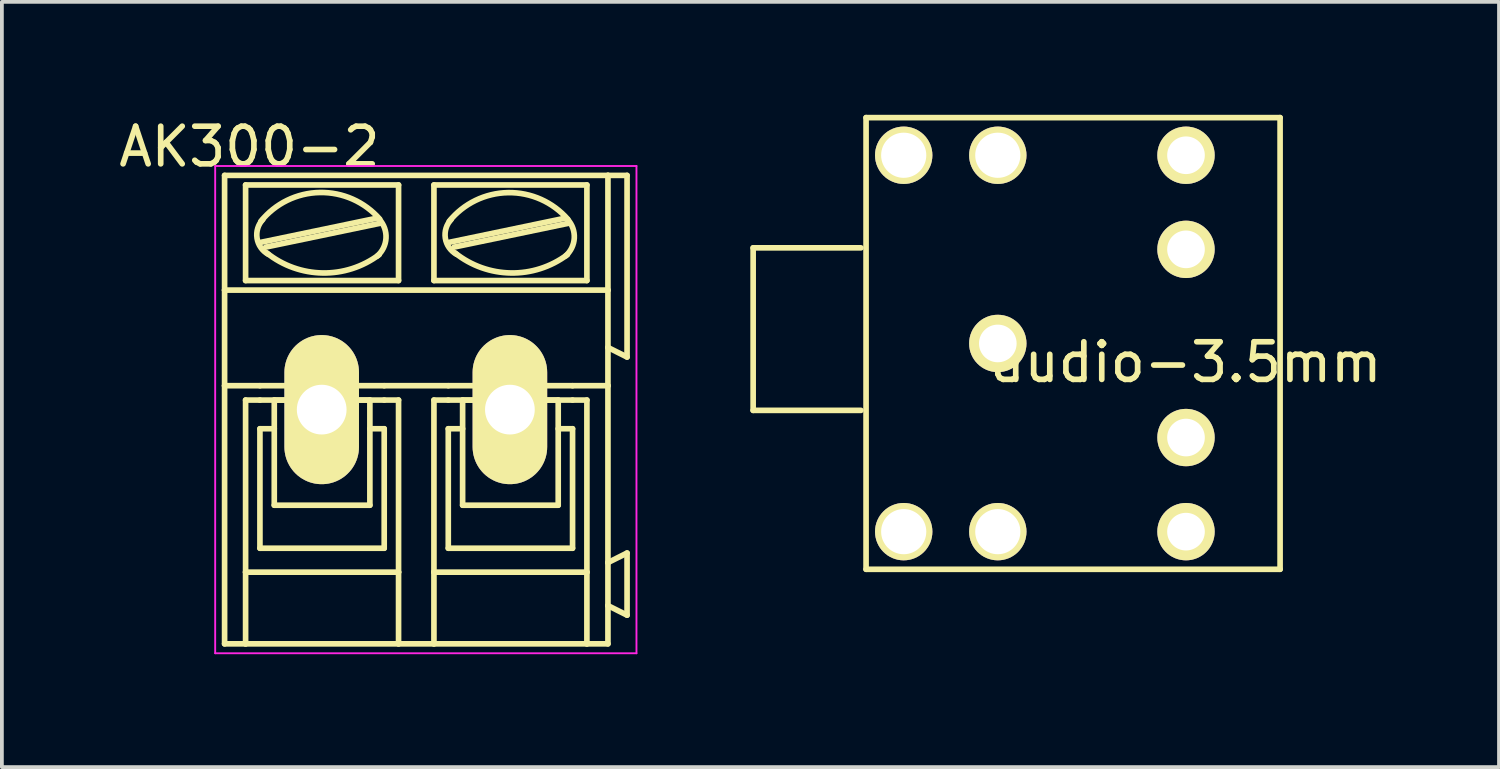
<source format=kicad_pcb>
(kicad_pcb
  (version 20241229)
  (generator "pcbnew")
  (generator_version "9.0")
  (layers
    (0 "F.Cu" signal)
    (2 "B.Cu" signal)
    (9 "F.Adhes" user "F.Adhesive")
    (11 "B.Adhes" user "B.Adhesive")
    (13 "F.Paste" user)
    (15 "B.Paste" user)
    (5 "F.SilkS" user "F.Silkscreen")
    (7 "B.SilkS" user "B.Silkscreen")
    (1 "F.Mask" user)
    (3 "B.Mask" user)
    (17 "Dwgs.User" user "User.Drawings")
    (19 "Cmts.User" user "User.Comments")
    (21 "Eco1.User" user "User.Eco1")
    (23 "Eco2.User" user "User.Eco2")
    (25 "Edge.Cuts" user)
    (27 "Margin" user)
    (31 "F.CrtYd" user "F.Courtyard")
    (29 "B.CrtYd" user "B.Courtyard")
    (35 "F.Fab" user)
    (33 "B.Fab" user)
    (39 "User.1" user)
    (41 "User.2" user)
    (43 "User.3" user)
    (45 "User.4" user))
  (footprint "AK300-2"
    (layer "F.Cu")
    (at 5.497 7.833)
    (property "Reference" "AK300-2" (at -1.92 -6.985 0) (layer "F.SilkS") (effects (font (size 1 1) (thickness 0.15))))
    (attr exclude_from_pos_files exclude_from_bom)
    (fp_line (start -2.58 -3.175) (end -2.58 -6.223) (stroke (width 0.15) (type solid)) (layer "F.SilkS"))
    (fp_line (start -2.58 -3.175) (end 7.605 -3.175) (stroke (width 0.15) (type solid)) (layer "F.SilkS"))
    (fp_line (start -2.58 -0.635) (end -2.58 -3.175) (stroke (width 0.15) (type solid)) (layer "F.SilkS"))
    (fp_line (start -2.58 -0.635) (end -1.641 -0.635) (stroke (width 0.15) (type solid)) (layer "F.SilkS"))
    (fp_line (start -2.58 6.223) (end -2.58 -0.635) (stroke (width 0.15) (type solid)) (layer "F.SilkS"))
    (fp_line (start -2.58 6.223) (end -2.022 6.223) (stroke (width 0.15) (type solid)) (layer "F.SilkS"))
    (fp_line (start -2.022 -3.429) (end -2.022 -5.969) (stroke (width 0.15) (type solid)) (layer "F.SilkS"))
    (fp_line (start -2.022 -0.254) (end -2.022 4.318) (stroke (width 0.15) (type solid)) (layer "F.SilkS"))
    (fp_line (start -2.022 -0.254) (end -1.641 -0.254) (stroke (width 0.15) (type solid)) (layer "F.SilkS"))
    (fp_line (start -2.022 4.318) (end -2.022 6.223) (stroke (width 0.15) (type solid)) (layer "F.SilkS"))
    (fp_line (start -2.022 6.223) (end 2.042 6.223) (stroke (width 0.15) (type solid)) (layer "F.SilkS"))
    (fp_line (start -1.641 -0.635) (end 1.661 -0.635) (stroke (width 0.15) (type solid)) (layer "F.SilkS"))
    (fp_line (start -1.641 0.508) (end -1.26 0.508) (stroke (width 0.15) (type solid)) (layer "F.SilkS"))
    (fp_line (start -1.641 3.683) (end -1.641 0.508) (stroke (width 0.15) (type solid)) (layer "F.SilkS"))
    (fp_line (start -1.615 -4.445) (end 1.435 -5.08) (stroke (width 0.15) (type solid)) (layer "F.SilkS"))
    (fp_line (start -1.488 -4.318) (end 1.56 -4.953) (stroke (width 0.15) (type solid)) (layer "F.SilkS"))
    (fp_line (start -1.26 -0.254) (end 1.28 -0.254) (stroke (width 0.15) (type solid)) (layer "F.SilkS"))
    (fp_line (start -1.26 2.54) (end -1.26 -0.254) (stroke (width 0.15) (type solid)) (layer "F.SilkS"))
    (fp_line (start -1.26 2.54) (end 1.28 2.54) (stroke (width 0.15) (type solid)) (layer "F.SilkS"))
    (fp_line (start 1.28 2.54) (end 1.28 -0.254) (stroke (width 0.15) (type solid)) (layer "F.SilkS"))
    (fp_line (start 1.661 -0.635) (end 3.363 -0.635) (stroke (width 0.15) (type solid)) (layer "F.SilkS"))
    (fp_line (start 1.661 -0.254) (end -1.641 -0.254) (stroke (width 0.15) (type solid)) (layer "F.SilkS"))
    (fp_line (start 1.661 0.508) (end 1.28 0.508) (stroke (width 0.15) (type solid)) (layer "F.SilkS"))
    (fp_line (start 1.661 3.683) (end -1.641 3.683) (stroke (width 0.15) (type solid)) (layer "F.SilkS"))
    (fp_line (start 1.661 3.683) (end 1.661 0.508) (stroke (width 0.15) (type solid)) (layer "F.SilkS"))
    (fp_line (start 2.042 -5.969) (end -2.022 -5.969) (stroke (width 0.15) (type solid)) (layer "F.SilkS"))
    (fp_line (start 2.042 -3.429) (end -2.022 -3.429) (stroke (width 0.15) (type solid)) (layer "F.SilkS"))
    (fp_line (start 2.042 -3.429) (end 2.042 -5.969) (stroke (width 0.15) (type solid)) (layer "F.SilkS"))
    (fp_line (start 2.042 -0.254) (end 1.661 -0.254) (stroke (width 0.15) (type solid)) (layer "F.SilkS"))
    (fp_line (start 2.042 4.318) (end -2.022 4.318) (stroke (width 0.15) (type solid)) (layer "F.SilkS"))
    (fp_line (start 2.042 4.318) (end 2.042 -0.254) (stroke (width 0.15) (type solid)) (layer "F.SilkS"))
    (fp_line (start 2.042 6.223) (end 2.042 4.318) (stroke (width 0.15) (type solid)) (layer "F.SilkS"))
    (fp_line (start 2.042 6.223) (end 2.982 6.223) (stroke (width 0.15) (type solid)) (layer "F.SilkS"))
    (fp_line (start 2.982 -5.969) (end 7.046 -5.969) (stroke (width 0.15) (type solid)) (layer "F.SilkS"))
    (fp_line (start 2.982 -3.429) (end 2.982 -5.969) (stroke (width 0.15) (type solid)) (layer "F.SilkS"))
    (fp_line (start 2.982 -0.254) (end 3.363 -0.254) (stroke (width 0.15) (type solid)) (layer "F.SilkS"))
    (fp_line (start 2.982 4.318) (end 2.982 -0.254) (stroke (width 0.15) (type solid)) (layer "F.SilkS"))
    (fp_line (start 2.982 4.318) (end 7.046 4.318) (stroke (width 0.15) (type solid)) (layer "F.SilkS"))
    (fp_line (start 2.982 6.223) (end 2.982 4.318) (stroke (width 0.15) (type solid)) (layer "F.SilkS"))
    (fp_line (start 2.982 6.223) (end 7.046 6.223) (stroke (width 0.15) (type solid)) (layer "F.SilkS"))
    (fp_line (start 3.363 -0.254) (end 6.665 -0.254) (stroke (width 0.15) (type solid)) (layer "F.SilkS"))
    (fp_line (start 3.363 0.508) (end 3.744 0.508) (stroke (width 0.15) (type solid)) (layer "F.SilkS"))
    (fp_line (start 3.363 3.683) (end 3.363 0.508) (stroke (width 0.15) (type solid)) (layer "F.SilkS"))
    (fp_line (start 3.389 -4.445) (end 6.437 -5.08) (stroke (width 0.15) (type solid)) (layer "F.SilkS"))
    (fp_line (start 3.516 -4.318) (end 6.564 -4.953) (stroke (width 0.15) (type solid)) (layer "F.SilkS"))
    (fp_line (start 3.744 -0.254) (end 6.284 -0.254) (stroke (width 0.15) (type solid)) (layer "F.SilkS"))
    (fp_line (start 3.744 2.54) (end 3.744 -0.254) (stroke (width 0.15) (type solid)) (layer "F.SilkS"))
    (fp_line (start 3.744 2.54) (end 6.284 2.54) (stroke (width 0.15) (type solid)) (layer "F.SilkS"))
    (fp_line (start 6.284 2.54) (end 6.284 -0.254) (stroke (width 0.15) (type solid)) (layer "F.SilkS"))
    (fp_line (start 6.665 -0.635) (end 3.363 -0.635) (stroke (width 0.15) (type solid)) (layer "F.SilkS"))
    (fp_line (start 6.665 0.508) (end 6.284 0.508) (stroke (width 0.15) (type solid)) (layer "F.SilkS"))
    (fp_line (start 6.665 3.683) (end 3.363 3.683) (stroke (width 0.15) (type solid)) (layer "F.SilkS"))
    (fp_line (start 6.665 3.683) (end 6.665 0.508) (stroke (width 0.15) (type solid)) (layer "F.SilkS"))
    (fp_line (start 7.046 -5.969) (end 7.046 -3.429) (stroke (width 0.15) (type solid)) (layer "F.SilkS"))
    (fp_line (start 7.046 -3.429) (end 2.982 -3.429) (stroke (width 0.15) (type solid)) (layer "F.SilkS"))
    (fp_line (start 7.046 -0.254) (end 6.665 -0.254) (stroke (width 0.15) (type solid)) (layer "F.SilkS"))
    (fp_line (start 7.046 -0.254) (end 7.046 4.318) (stroke (width 0.15) (type solid)) (layer "F.SilkS"))
    (fp_line (start 7.046 4.318) (end 7.046 6.223) (stroke (width 0.15) (type solid)) (layer "F.SilkS"))
    (fp_line (start 7.046 6.223) (end 7.605 6.223) (stroke (width 0.15) (type solid)) (layer "F.SilkS"))
    (fp_line (start 7.605 -6.223) (end -2.58 -6.223) (stroke (width 0.15) (type solid)) (layer "F.SilkS"))
    (fp_line (start 7.605 -6.223) (end 7.605 -3.175) (stroke (width 0.15) (type solid)) (layer "F.SilkS"))
    (fp_line (start 7.605 -6.223) (end 8.113 -6.223) (stroke (width 0.15) (type solid)) (layer "F.SilkS"))
    (fp_line (start 7.605 -3.175) (end 7.605 -1.651) (stroke (width 0.15) (type solid)) (layer "F.SilkS"))
    (fp_line (start 7.605 -1.651) (end 7.605 -0.635) (stroke (width 0.15) (type solid)) (layer "F.SilkS"))
    (fp_line (start 7.605 -0.635) (end 6.665 -0.635) (stroke (width 0.15) (type solid)) (layer "F.SilkS"))
    (fp_line (start 7.605 -0.635) (end 7.605 4.064) (stroke (width 0.15) (type solid)) (layer "F.SilkS"))
    (fp_line (start 7.605 4.064) (end 7.605 5.207) (stroke (width 0.15) (type solid)) (layer "F.SilkS"))
    (fp_line (start 7.605 5.207) (end 7.605 6.223) (stroke (width 0.15) (type solid)) (layer "F.SilkS"))
    (fp_line (start 8.113 -6.223) (end 8.113 -1.397) (stroke (width 0.15) (type solid)) (layer "F.SilkS"))
    (fp_line (start 8.113 -1.397) (end 7.605 -1.651) (stroke (width 0.15) (type solid)) (layer "F.SilkS"))
    (fp_line (start 8.113 3.81) (end 7.605 4.064) (stroke (width 0.15) (type solid)) (layer "F.SilkS"))
    (fp_line (start 8.113 3.81) (end 8.113 5.461) (stroke (width 0.15) (type solid)) (layer "F.SilkS"))
    (fp_line (start 8.113 5.461) (end 7.605 5.207) (stroke (width 0.15) (type solid)) (layer "F.SilkS"))
    (fp_arc (start -1.6152 -5.0038) (mid -0.050347 -5.768837) (end 1.541573 -5.061847) (stroke (width 0.15) (type solid)) (layer "F.SilkS"))
    (fp_arc (start -1.41962 -4.1275) (mid -1.717784 -4.553845) (end -1.56452 -5.051019) (stroke (width 0.15) (type solid)) (layer "F.SilkS"))
    (fp_arc (start 1.52678 -4.11734) (mid 0.024731 -3.630479) (end -1.460988 -4.165104) (stroke (width 0.15) (type solid)) (layer "F.SilkS"))
    (fp_arc (start 1.5344 -5.05206) (mid 1.708736 -4.555962) (end 1.47915 -4.08289) (stroke (width 0.15) (type solid)) (layer "F.SilkS"))
    (fp_arc (start 3.3886 -5.0038) (mid 4.951638 -5.764946) (end 6.539411 -5.056844) (stroke (width 0.15) (type solid)) (layer "F.SilkS"))
    (fp_arc (start 3.58164 -4.1275) (mid 3.284456 -4.555849) (end 3.439903 -5.053481) (stroke (width 0.15) (type solid)) (layer "F.SilkS"))
    (fp_arc (start 6.52804 -4.11734) (mid 5.025991 -3.630479) (end 3.540272 -4.165104) (stroke (width 0.15) (type solid)) (layer "F.SilkS"))
    (fp_arc (start 6.53566 -5.05206) (mid 6.710748 -4.557765) (end 6.482972 -4.085429) (stroke (width 0.15) (type solid)) (layer "F.SilkS"))
    (fp_line (start -2.83 -6.473) (end -2.83 6.473) (stroke (width 0.05) (type solid)) (layer "F.CrtYd"))
    (fp_line (start -2.83 6.473) (end 8.363 6.473) (stroke (width 0.05) (type solid)) (layer "F.CrtYd"))
    (fp_line (start 8.363 -6.473) (end -2.83 -6.473) (stroke (width 0.05) (type solid)) (layer "F.CrtYd"))
    (fp_line (start 8.363 6.473) (end 8.363 -6.473) (stroke (width 0.05) (type solid)) (layer "F.CrtYd"))
    (pad "1" thru_hole oval (at 0 0) (size 1.981 3.962) (drill 1.321) (layers "*.Cu" "F.Mask" "F.SilkS" "F.Paste"))
    (pad "2" thru_hole oval (at 5 0) (size 1.981 3.962) (drill 1.321) (layers "*.Cu" "F.Mask" "F.SilkS" "F.Paste")))
  (footprint "audio-3.5mm"
    (layer "F.Cu")
    (at 28.46 6.075)
    (property "Reference" "audio-3.5mm" (at 0 0.5 0) (layer "F.SilkS") (effects (font (size 1 1) (thickness 0.15))))
    (attr through_hole)
    (fp_line (start -11.5 -2.54) (end -11.5 1.778) (stroke (width 0.15) (type solid)) (layer "F.SilkS"))
    (fp_line (start -11.5 1.778) (end -8.636 1.778) (stroke (width 0.15) (type solid)) (layer "F.SilkS"))
    (fp_line (start -8.636 -2.54) (end -11.5 -2.54) (stroke (width 0.15) (type solid)) (layer "F.SilkS"))
    (fp_line (start -8.5 -6) (end -8.5 6) (stroke (width 0.15) (type solid)) (layer "F.SilkS"))
    (fp_line (start -8.5 6) (end 2.5 6) (stroke (width 0.15) (type solid)) (layer "F.SilkS"))
    (fp_line (start 2.5 -6) (end -8.5 -6) (stroke (width 0.15) (type solid)) (layer "F.SilkS"))
    (fp_line (start 2.5 6) (end 2.5 -6) (stroke (width 0.15) (type solid)) (layer "F.SilkS"))
    (pad "" np_thru_hole circle (at -7.5 -5) (size 1.524 1.524) (drill 1.2) (layers "*.Cu" "*.Mask" "F.SilkS"))
    (pad "" np_thru_hole circle (at -7.5 5) (size 1.524 1.524) (drill 1.2) (layers "*.Cu" "*.Mask" "F.SilkS"))
    (pad "" np_thru_hole circle (at -5 -5) (size 1.524 1.524) (drill 1.2) (layers "*.Cu" "*.Mask" "F.SilkS"))
    (pad "" np_thru_hole circle (at -5 5) (size 1.524 1.524) (drill 1.2) (layers "*.Cu" "*.Mask" "F.SilkS"))
    (pad "1" thru_hole circle (at -5 0) (size 1.524 1.524) (drill 1) (layers "*.Cu" "*.Mask" "F.SilkS"))
    (pad "2" thru_hole circle (at 0 5) (size 1.524 1.524) (drill 1) (layers "*.Cu" "*.Mask" "F.SilkS"))
    (pad "3" thru_hole circle (at 0 2.5) (size 1.524 1.524) (drill 1) (layers "*.Cu" "*.Mask" "F.SilkS"))
    (pad "4" thru_hole circle (at 0 -2.5) (size 1.524 1.524) (drill 1) (layers "*.Cu" "*.Mask" "F.SilkS"))
    (pad "5" thru_hole circle (at 0 -5) (size 1.524 1.524) (drill 1) (layers "*.Cu" "*.Mask" "F.SilkS")))
  (gr_rect
    (start -3 -3)
    (end 36.776 17.331)
    (stroke (width 0.1) (type default))
    (fill no)
    (layer "Edge.Cuts")))
</source>
